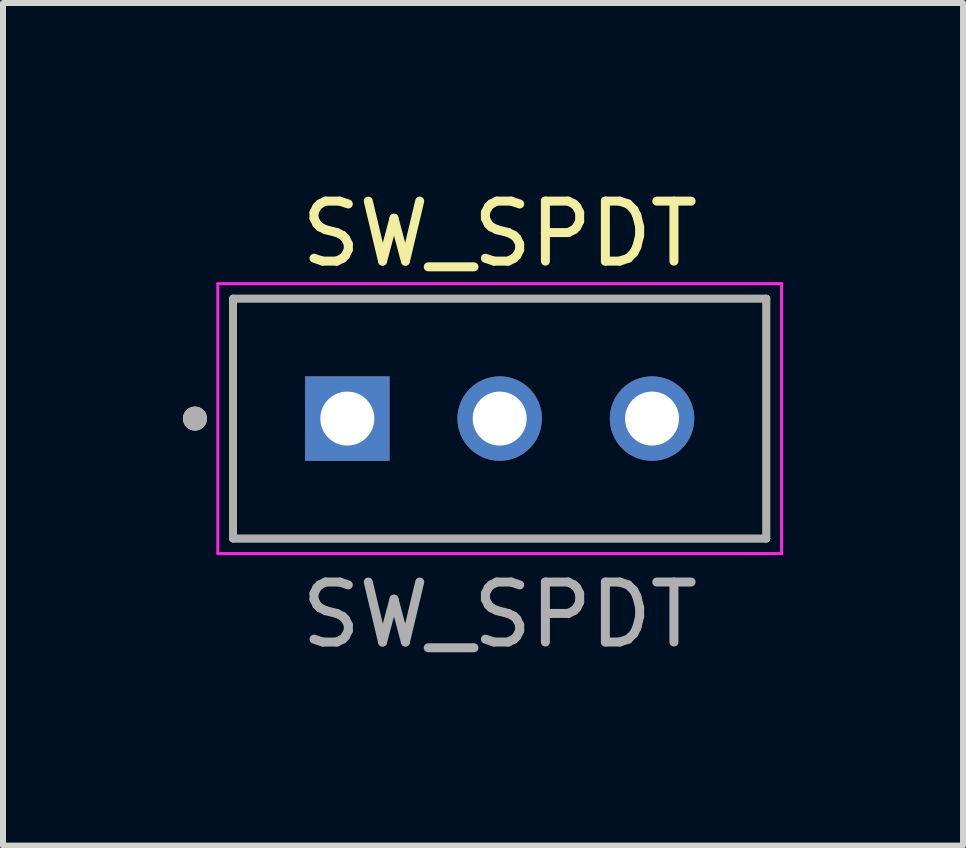
<source format=kicad_pcb>
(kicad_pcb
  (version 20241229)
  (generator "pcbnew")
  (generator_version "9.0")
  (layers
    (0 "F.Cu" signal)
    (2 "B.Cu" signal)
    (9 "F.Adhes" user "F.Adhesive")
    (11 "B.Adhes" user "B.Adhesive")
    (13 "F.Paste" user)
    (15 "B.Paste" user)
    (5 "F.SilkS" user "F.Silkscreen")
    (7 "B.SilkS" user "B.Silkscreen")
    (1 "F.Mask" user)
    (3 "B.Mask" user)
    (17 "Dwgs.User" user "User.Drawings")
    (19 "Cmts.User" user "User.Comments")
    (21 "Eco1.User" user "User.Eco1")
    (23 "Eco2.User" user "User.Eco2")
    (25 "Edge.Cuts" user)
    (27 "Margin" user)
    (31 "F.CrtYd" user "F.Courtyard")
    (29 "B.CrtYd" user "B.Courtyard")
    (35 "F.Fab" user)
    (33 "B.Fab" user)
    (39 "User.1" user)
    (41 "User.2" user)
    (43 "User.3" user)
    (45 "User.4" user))
  (footprint "SW_SPDT"
    (layer "F.Cu")
    (at 5.28 2.118)
    (property "Reference" "SW_SPDT" (at 0 -1.27 0) (unlocked yes) (layer "F.SilkS") (effects (font (size 1 1) (thickness 0.15))))
    (attr through_hole)
    (fp_line (start -4.445 -0.19) (end -4.445 3.81) (stroke (width 0.127) (type solid)) (layer "F.SilkS"))
    (fp_line (start -4.445 3.81) (end 4.445 3.81) (stroke (width 0.127) (type solid)) (layer "F.SilkS"))
    (fp_line (start 4.445 -0.19) (end -4.445 -0.19) (stroke (width 0.127) (type solid)) (layer "F.SilkS"))
    (fp_line (start 4.445 3.81) (end 4.445 -0.19) (stroke (width 0.127) (type solid)) (layer "F.SilkS"))
    (fp_circle (center -5.08 1.81) (end -4.98 1.81) (stroke (width 0.2) (type solid)) (fill no) (layer "F.SilkS"))
    (fp_line (start -4.699 -0.44) (end -4.699 4.06) (stroke (width 0.05) (type solid)) (layer "F.CrtYd"))
    (fp_line (start -4.699 4.06) (end 4.699 4.06) (stroke (width 0.05) (type solid)) (layer "F.CrtYd"))
    (fp_line (start 4.699 -0.44) (end -4.699 -0.44) (stroke (width 0.05) (type solid)) (layer "F.CrtYd"))
    (fp_line (start 4.699 4.06) (end 4.699 -0.44) (stroke (width 0.05) (type solid)) (layer "F.CrtYd"))
    (fp_line (start -4.445 -0.19) (end -4.445 3.81) (stroke (width 0.127) (type solid)) (layer "F.Fab"))
    (fp_line (start -4.445 3.81) (end 4.445 3.81) (stroke (width 0.127) (type solid)) (layer "F.Fab"))
    (fp_line (start 4.445 -0.19) (end -4.445 -0.19) (stroke (width 0.127) (type solid)) (layer "F.Fab"))
    (fp_line (start 4.445 3.81) (end 4.445 -0.19) (stroke (width 0.127) (type solid)) (layer "F.Fab"))
    (fp_circle (center -5.08 1.81) (end -4.98 1.81) (stroke (width 0.2) (type solid)) (fill no) (layer "F.Fab"))
    (fp_text user "${REFERENCE}" (at 0 5.08 0) (unlocked yes) (layer "F.Fab") (effects (font (size 1 1) (thickness 0.15))))
    (pad "1" thru_hole rect (at -2.54 1.81) (size 1.408 1.408) (drill 0.9) (layers "*.Cu" "*.Mask"))
    (pad "2" thru_hole circle (at 0 1.81) (size 1.408 1.408) (drill 0.9) (layers "*.Cu" "*.Mask"))
    (pad "3" thru_hole circle (at 2.54 1.81) (size 1.408 1.408) (drill 0.9) (layers "*.Cu" "*.Mask")))
  (gr_rect
    (start -3 -3)
    (end 13.004 11.046)
    (stroke (width 0.1) (type default))
    (fill no)
    (layer "Edge.Cuts")))
</source>
